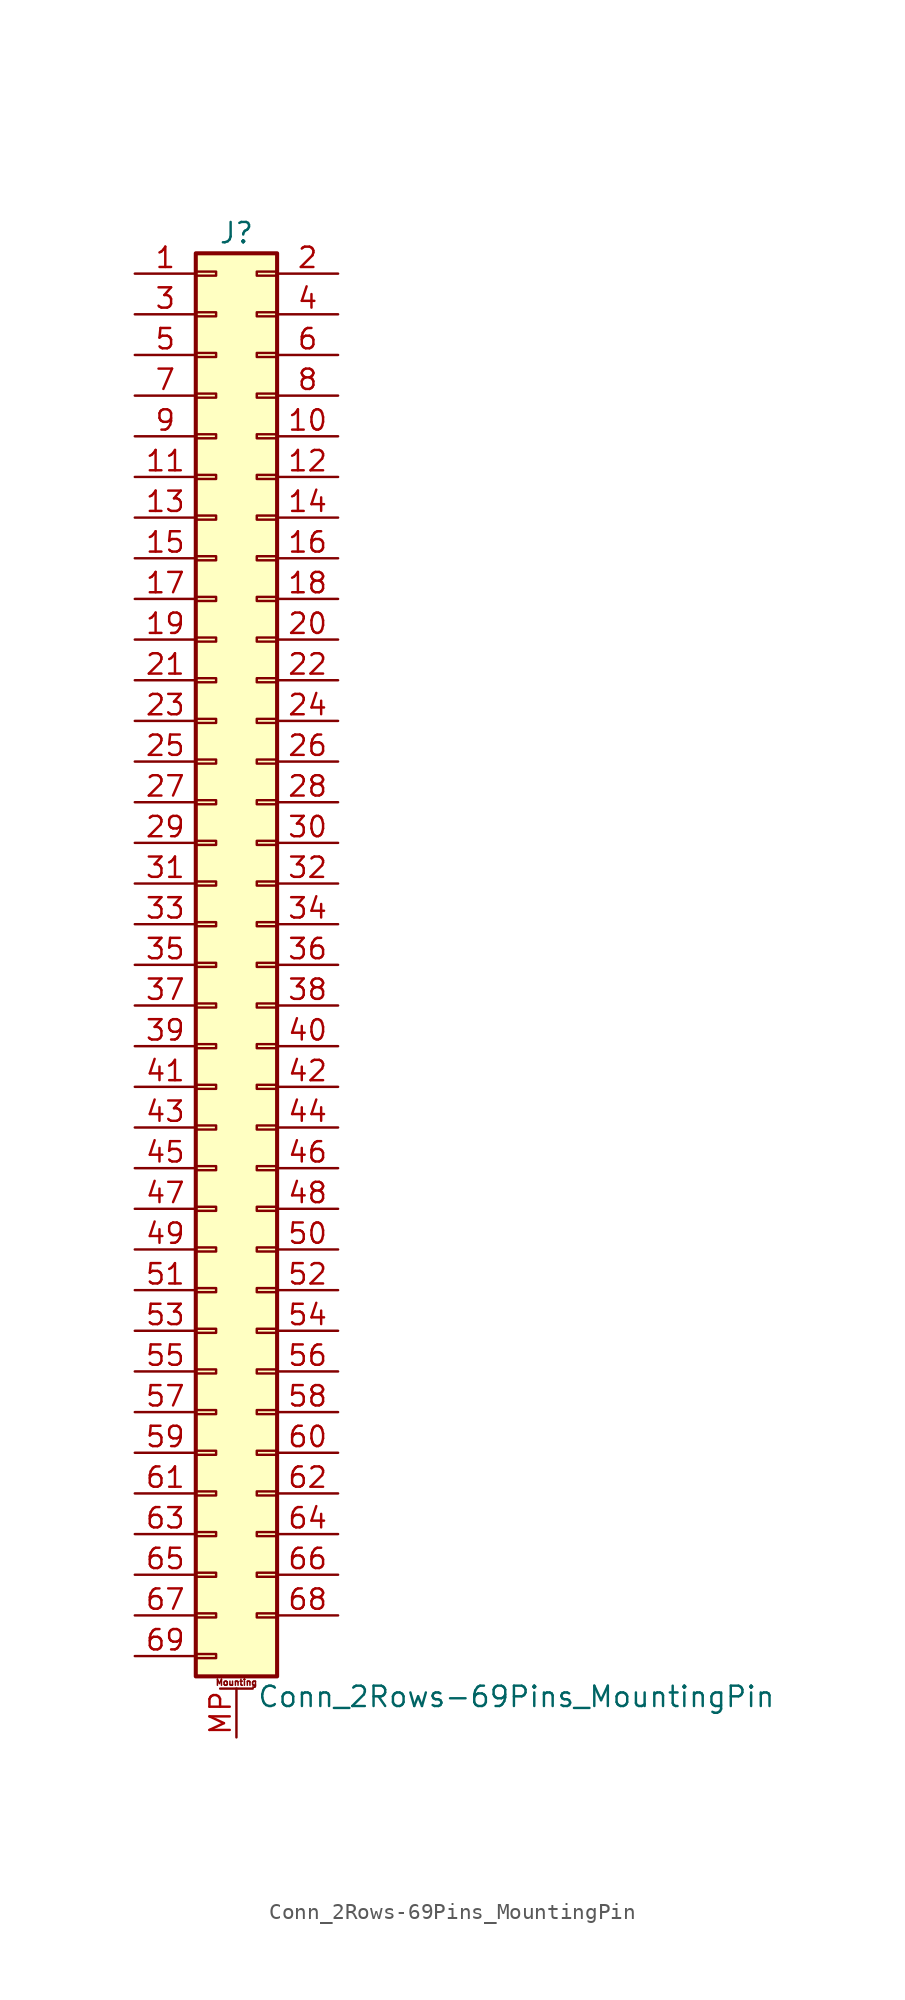
<source format=kicad_sym>
(kicad_symbol_lib
  (version 20201005)
  (generator kicad_symbol_editor)
  (symbol "Conn_2Rows-69Pins_MountingPin"
    (pin_names
      (offset 1.016) hide)
    (property "Reference" "J"
      (at 1.27 45.72 0)
      (effects (font (size 1.27 1.27))))
    (property "Value" "Conn_2Rows-69Pins_MountingPin"
      (at 2.54 -45.72 0)
      (effects (font (size 1.27 1.27)) (justify left)))
    (symbol "Conn_2Rows-69Pins_MountingPin_1_1"
      (text "Mounting" (at 1.27 -44.831 0) (effects (font (size 0.381 0.381))))
      (rectangle (start -1.27 -43.053) (end 0 -43.307) (stroke (width 0.152)) (fill (type none)))
      (rectangle (start -1.27 -40.513) (end 0 -40.767) (stroke (width 0.152)) (fill (type none)))
      (rectangle (start -1.27 -37.973) (end 0 -38.227) (stroke (width 0.152)) (fill (type none)))
      (rectangle (start -1.27 -35.433) (end 0 -35.687) (stroke (width 0.152)) (fill (type none)))
      (rectangle (start -1.27 -32.893) (end 0 -33.147) (stroke (width 0.152)) (fill (type none)))
      (rectangle (start -1.27 -30.353) (end 0 -30.607) (stroke (width 0.152)) (fill (type none)))
      (rectangle (start -1.27 -27.813) (end 0 -28.067) (stroke (width 0.152)) (fill (type none)))
      (rectangle (start -1.27 -25.273) (end 0 -25.527) (stroke (width 0.152)) (fill (type none)))
      (rectangle (start -1.27 -22.733) (end 0 -22.987) (stroke (width 0.152)) (fill (type none)))
      (rectangle (start -1.27 -20.193) (end 0 -20.447) (stroke (width 0.152)) (fill (type none)))
      (rectangle (start -1.27 -17.653) (end 0 -17.907) (stroke (width 0.152)) (fill (type none)))
      (rectangle (start -1.27 -15.113) (end 0 -15.367) (stroke (width 0.152)) (fill (type none)))
      (rectangle (start -1.27 -12.573) (end 0 -12.827) (stroke (width 0.152)) (fill (type none)))
      (rectangle (start -1.27 -10.033) (end 0 -10.287) (stroke (width 0.152)) (fill (type none)))
      (rectangle (start -1.27 -7.493) (end 0 -7.747) (stroke (width 0.152)) (fill (type none)))
      (rectangle (start -1.27 -4.953) (end 0 -5.207) (stroke (width 0.152)) (fill (type none)))
      (rectangle (start -1.27 -2.413) (end 0 -2.667) (stroke (width 0.152)) (fill (type none)))
      (rectangle (start -1.27 0.127) (end 0 -0.127) (stroke (width 0.152)) (fill (type none)))
      (rectangle (start -1.27 2.667) (end 0 2.413) (stroke (width 0.152)) (fill (type none)))
      (rectangle (start -1.27 5.207) (end 0 4.953) (stroke (width 0.152)) (fill (type none)))
      (rectangle (start -1.27 7.747) (end 0 7.493) (stroke (width 0.152)) (fill (type none)))
      (rectangle (start -1.27 10.287) (end 0 10.033) (stroke (width 0.152)) (fill (type none)))
      (rectangle (start -1.27 12.827) (end 0 12.573) (stroke (width 0.152)) (fill (type none)))
      (rectangle (start -1.27 15.367) (end 0 15.113) (stroke (width 0.152)) (fill (type none)))
      (rectangle (start -1.27 17.907) (end 0 17.653) (stroke (width 0.152)) (fill (type none)))
      (rectangle (start -1.27 20.447) (end 0 20.193) (stroke (width 0.152)) (fill (type none)))
      (rectangle (start -1.27 22.987) (end 0 22.733) (stroke (width 0.152)) (fill (type none)))
      (rectangle (start -1.27 25.527) (end 0 25.273) (stroke (width 0.152)) (fill (type none)))
      (rectangle (start -1.27 28.067) (end 0 27.813) (stroke (width 0.152)) (fill (type none)))
      (rectangle (start -1.27 30.607) (end 0 30.353) (stroke (width 0.152)) (fill (type none)))
      (rectangle (start -1.27 33.147) (end 0 32.893) (stroke (width 0.152)) (fill (type none)))
      (rectangle (start -1.27 35.687) (end 0 35.433) (stroke (width 0.152)) (fill (type none)))
      (rectangle (start -1.27 38.227) (end 0 37.973) (stroke (width 0.152)) (fill (type none)))
      (rectangle (start -1.27 40.767) (end 0 40.513) (stroke (width 0.152)) (fill (type none)))
      (rectangle (start -1.27 43.307) (end 0 43.053) (stroke (width 0.152)) (fill (type none)))
      (rectangle (start -1.27 44.45) (end 3.81 -44.45) (stroke (width 0.254)) (fill (type background)))
      (rectangle (start 3.81 -40.513) (end 2.54 -40.767) (stroke (width 0.152)) (fill (type none)))
      (rectangle (start 3.81 -37.973) (end 2.54 -38.227) (stroke (width 0.152)) (fill (type none)))
      (rectangle (start 3.81 -35.433) (end 2.54 -35.687) (stroke (width 0.152)) (fill (type none)))
      (rectangle (start 3.81 -32.893) (end 2.54 -33.147) (stroke (width 0.152)) (fill (type none)))
      (rectangle (start 3.81 -30.353) (end 2.54 -30.607) (stroke (width 0.152)) (fill (type none)))
      (rectangle (start 3.81 -27.813) (end 2.54 -28.067) (stroke (width 0.152)) (fill (type none)))
      (rectangle (start 3.81 -25.273) (end 2.54 -25.527) (stroke (width 0.152)) (fill (type none)))
      (rectangle (start 3.81 -22.733) (end 2.54 -22.987) (stroke (width 0.152)) (fill (type none)))
      (rectangle (start 3.81 -20.193) (end 2.54 -20.447) (stroke (width 0.152)) (fill (type none)))
      (rectangle (start 3.81 -17.653) (end 2.54 -17.907) (stroke (width 0.152)) (fill (type none)))
      (rectangle (start 3.81 -15.113) (end 2.54 -15.367) (stroke (width 0.152)) (fill (type none)))
      (rectangle (start 3.81 -12.573) (end 2.54 -12.827) (stroke (width 0.152)) (fill (type none)))
      (rectangle (start 3.81 -10.033) (end 2.54 -10.287) (stroke (width 0.152)) (fill (type none)))
      (rectangle (start 3.81 -7.493) (end 2.54 -7.747) (stroke (width 0.152)) (fill (type none)))
      (rectangle (start 3.81 -4.953) (end 2.54 -5.207) (stroke (width 0.152)) (fill (type none)))
      (rectangle (start 3.81 -2.413) (end 2.54 -2.667) (stroke (width 0.152)) (fill (type none)))
      (rectangle (start 3.81 0.127) (end 2.54 -0.127) (stroke (width 0.152)) (fill (type none)))
      (rectangle (start 3.81 2.667) (end 2.54 2.413) (stroke (width 0.152)) (fill (type none)))
      (rectangle (start 3.81 5.207) (end 2.54 4.953) (stroke (width 0.152)) (fill (type none)))
      (rectangle (start 3.81 7.747) (end 2.54 7.493) (stroke (width 0.152)) (fill (type none)))
      (rectangle (start 3.81 10.287) (end 2.54 10.033) (stroke (width 0.152)) (fill (type none)))
      (rectangle (start 3.81 12.827) (end 2.54 12.573) (stroke (width 0.152)) (fill (type none)))
      (rectangle (start 3.81 15.367) (end 2.54 15.113) (stroke (width 0.152)) (fill (type none)))
      (rectangle (start 3.81 17.907) (end 2.54 17.653) (stroke (width 0.152)) (fill (type none)))
      (rectangle (start 3.81 20.447) (end 2.54 20.193) (stroke (width 0.152)) (fill (type none)))
      (rectangle (start 3.81 22.987) (end 2.54 22.733) (stroke (width 0.152)) (fill (type none)))
      (rectangle (start 3.81 25.527) (end 2.54 25.273) (stroke (width 0.152)) (fill (type none)))
      (rectangle (start 3.81 28.067) (end 2.54 27.813) (stroke (width 0.152)) (fill (type none)))
      (rectangle (start 3.81 30.607) (end 2.54 30.353) (stroke (width 0.152)) (fill (type none)))
      (rectangle (start 3.81 33.147) (end 2.54 32.893) (stroke (width 0.152)) (fill (type none)))
      (rectangle (start 3.81 35.687) (end 2.54 35.433) (stroke (width 0.152)) (fill (type none)))
      (rectangle (start 3.81 38.227) (end 2.54 37.973) (stroke (width 0.152)) (fill (type none)))
      (rectangle (start 3.81 40.767) (end 2.54 40.513) (stroke (width 0.152)) (fill (type none)))
      (rectangle (start 3.81 43.307) (end 2.54 43.053) (stroke (width 0.152)) (fill (type none)))
      (polyline (pts (xy 0.254 -45.212) (xy 2.286 -45.212)) (stroke (width 0.152)) (fill (type none)))
      (pin passive line (at -5.08 43.18 0) (length 3.81) (name "Pin_1" (effects (font (size 1.27 1.27)))) (number "1" (effects (font (size 1.27 1.27)))))
      (pin passive line (at 7.62 33.02 180) (length 3.81) (name "Pin_10" (effects (font (size 1.27 1.27)))) (number "10" (effects (font (size 1.27 1.27)))))
      (pin passive line (at -5.08 30.48 0) (length 3.81) (name "Pin_11" (effects (font (size 1.27 1.27)))) (number "11" (effects (font (size 1.27 1.27)))))
      (pin passive line (at 7.62 30.48 180) (length 3.81) (name "Pin_12" (effects (font (size 1.27 1.27)))) (number "12" (effects (font (size 1.27 1.27)))))
      (pin passive line (at -5.08 27.94 0) (length 3.81) (name "Pin_13" (effects (font (size 1.27 1.27)))) (number "13" (effects (font (size 1.27 1.27)))))
      (pin passive line (at 7.62 27.94 180) (length 3.81) (name "Pin_14" (effects (font (size 1.27 1.27)))) (number "14" (effects (font (size 1.27 1.27)))))
      (pin passive line (at -5.08 25.4 0) (length 3.81) (name "Pin_15" (effects (font (size 1.27 1.27)))) (number "15" (effects (font (size 1.27 1.27)))))
      (pin passive line (at 7.62 25.4 180) (length 3.81) (name "Pin_16" (effects (font (size 1.27 1.27)))) (number "16" (effects (font (size 1.27 1.27)))))
      (pin passive line (at -5.08 22.86 0) (length 3.81) (name "Pin_17" (effects (font (size 1.27 1.27)))) (number "17" (effects (font (size 1.27 1.27)))))
      (pin passive line (at 7.62 22.86 180) (length 3.81) (name "Pin_18" (effects (font (size 1.27 1.27)))) (number "18" (effects (font (size 1.27 1.27)))))
      (pin passive line (at -5.08 20.32 0) (length 3.81) (name "Pin_19" (effects (font (size 1.27 1.27)))) (number "19" (effects (font (size 1.27 1.27)))))
      (pin passive line (at 7.62 43.18 180) (length 3.81) (name "Pin_2" (effects (font (size 1.27 1.27)))) (number "2" (effects (font (size 1.27 1.27)))))
      (pin passive line (at 7.62 20.32 180) (length 3.81) (name "Pin_20" (effects (font (size 1.27 1.27)))) (number "20" (effects (font (size 1.27 1.27)))))
      (pin passive line (at -5.08 17.78 0) (length 3.81) (name "Pin_21" (effects (font (size 1.27 1.27)))) (number "21" (effects (font (size 1.27 1.27)))))
      (pin passive line (at 7.62 17.78 180) (length 3.81) (name "Pin_22" (effects (font (size 1.27 1.27)))) (number "22" (effects (font (size 1.27 1.27)))))
      (pin passive line (at -5.08 15.24 0) (length 3.81) (name "Pin_23" (effects (font (size 1.27 1.27)))) (number "23" (effects (font (size 1.27 1.27)))))
      (pin passive line (at 7.62 15.24 180) (length 3.81) (name "Pin_24" (effects (font (size 1.27 1.27)))) (number "24" (effects (font (size 1.27 1.27)))))
      (pin passive line (at -5.08 12.7 0) (length 3.81) (name "Pin_25" (effects (font (size 1.27 1.27)))) (number "25" (effects (font (size 1.27 1.27)))))
      (pin passive line (at 7.62 12.7 180) (length 3.81) (name "Pin_26" (effects (font (size 1.27 1.27)))) (number "26" (effects (font (size 1.27 1.27)))))
      (pin passive line (at -5.08 10.16 0) (length 3.81) (name "Pin_27" (effects (font (size 1.27 1.27)))) (number "27" (effects (font (size 1.27 1.27)))))
      (pin passive line (at 7.62 10.16 180) (length 3.81) (name "Pin_28" (effects (font (size 1.27 1.27)))) (number "28" (effects (font (size 1.27 1.27)))))
      (pin passive line (at -5.08 7.62 0) (length 3.81) (name "Pin_29" (effects (font (size 1.27 1.27)))) (number "29" (effects (font (size 1.27 1.27)))))
      (pin passive line (at -5.08 40.64 0) (length 3.81) (name "Pin_3" (effects (font (size 1.27 1.27)))) (number "3" (effects (font (size 1.27 1.27)))))
      (pin passive line (at 7.62 7.62 180) (length 3.81) (name "Pin_30" (effects (font (size 1.27 1.27)))) (number "30" (effects (font (size 1.27 1.27)))))
      (pin passive line (at -5.08 5.08 0) (length 3.81) (name "Pin_31" (effects (font (size 1.27 1.27)))) (number "31" (effects (font (size 1.27 1.27)))))
      (pin passive line (at 7.62 5.08 180) (length 3.81) (name "Pin_32" (effects (font (size 1.27 1.27)))) (number "32" (effects (font (size 1.27 1.27)))))
      (pin passive line (at -5.08 2.54 0) (length 3.81) (name "Pin_33" (effects (font (size 1.27 1.27)))) (number "33" (effects (font (size 1.27 1.27)))))
      (pin passive line (at 7.62 2.54 180) (length 3.81) (name "Pin_34" (effects (font (size 1.27 1.27)))) (number "34" (effects (font (size 1.27 1.27)))))
      (pin passive line (at -5.08 0 0) (length 3.81) (name "Pin_35" (effects (font (size 1.27 1.27)))) (number "35" (effects (font (size 1.27 1.27)))))
      (pin passive line (at 7.62 0 180) (length 3.81) (name "Pin_36" (effects (font (size 1.27 1.27)))) (number "36" (effects (font (size 1.27 1.27)))))
      (pin passive line (at -5.08 -2.54 0) (length 3.81) (name "Pin_37" (effects (font (size 1.27 1.27)))) (number "37" (effects (font (size 1.27 1.27)))))
      (pin passive line (at 7.62 -2.54 180) (length 3.81) (name "Pin_38" (effects (font (size 1.27 1.27)))) (number "38" (effects (font (size 1.27 1.27)))))
      (pin passive line (at -5.08 -5.08 0) (length 3.81) (name "Pin_39" (effects (font (size 1.27 1.27)))) (number "39" (effects (font (size 1.27 1.27)))))
      (pin passive line (at 7.62 40.64 180) (length 3.81) (name "Pin_4" (effects (font (size 1.27 1.27)))) (number "4" (effects (font (size 1.27 1.27)))))
      (pin passive line (at 7.62 -5.08 180) (length 3.81) (name "Pin_40" (effects (font (size 1.27 1.27)))) (number "40" (effects (font (size 1.27 1.27)))))
      (pin passive line (at -5.08 -7.62 0) (length 3.81) (name "Pin_41" (effects (font (size 1.27 1.27)))) (number "41" (effects (font (size 1.27 1.27)))))
      (pin passive line (at 7.62 -7.62 180) (length 3.81) (name "Pin_42" (effects (font (size 1.27 1.27)))) (number "42" (effects (font (size 1.27 1.27)))))
      (pin passive line (at -5.08 -10.16 0) (length 3.81) (name "Pin_43" (effects (font (size 1.27 1.27)))) (number "43" (effects (font (size 1.27 1.27)))))
      (pin passive line (at 7.62 -10.16 180) (length 3.81) (name "Pin_44" (effects (font (size 1.27 1.27)))) (number "44" (effects (font (size 1.27 1.27)))))
      (pin passive line (at -5.08 -12.7 0) (length 3.81) (name "Pin_45" (effects (font (size 1.27 1.27)))) (number "45" (effects (font (size 1.27 1.27)))))
      (pin passive line (at 7.62 -12.7 180) (length 3.81) (name "Pin_46" (effects (font (size 1.27 1.27)))) (number "46" (effects (font (size 1.27 1.27)))))
      (pin passive line (at -5.08 -15.24 0) (length 3.81) (name "Pin_47" (effects (font (size 1.27 1.27)))) (number "47" (effects (font (size 1.27 1.27)))))
      (pin passive line (at 7.62 -15.24 180) (length 3.81) (name "Pin_48" (effects (font (size 1.27 1.27)))) (number "48" (effects (font (size 1.27 1.27)))))
      (pin passive line (at -5.08 -17.78 0) (length 3.81) (name "Pin_49" (effects (font (size 1.27 1.27)))) (number "49" (effects (font (size 1.27 1.27)))))
      (pin passive line (at -5.08 38.1 0) (length 3.81) (name "Pin_5" (effects (font (size 1.27 1.27)))) (number "5" (effects (font (size 1.27 1.27)))))
      (pin passive line (at 7.62 -17.78 180) (length 3.81) (name "Pin_50" (effects (font (size 1.27 1.27)))) (number "50" (effects (font (size 1.27 1.27)))))
      (pin passive line (at -5.08 -20.32 0) (length 3.81) (name "Pin_51" (effects (font (size 1.27 1.27)))) (number "51" (effects (font (size 1.27 1.27)))))
      (pin passive line (at 7.62 -20.32 180) (length 3.81) (name "Pin_52" (effects (font (size 1.27 1.27)))) (number "52" (effects (font (size 1.27 1.27)))))
      (pin passive line (at -5.08 -22.86 0) (length 3.81) (name "Pin_53" (effects (font (size 1.27 1.27)))) (number "53" (effects (font (size 1.27 1.27)))))
      (pin passive line (at 7.62 -22.86 180) (length 3.81) (name "Pin_54" (effects (font (size 1.27 1.27)))) (number "54" (effects (font (size 1.27 1.27)))))
      (pin passive line (at -5.08 -25.4 0) (length 3.81) (name "Pin_55" (effects (font (size 1.27 1.27)))) (number "55" (effects (font (size 1.27 1.27)))))
      (pin passive line (at 7.62 -25.4 180) (length 3.81) (name "Pin_56" (effects (font (size 1.27 1.27)))) (number "56" (effects (font (size 1.27 1.27)))))
      (pin passive line (at -5.08 -27.94 0) (length 3.81) (name "Pin_57" (effects (font (size 1.27 1.27)))) (number "57" (effects (font (size 1.27 1.27)))))
      (pin passive line (at 7.62 -27.94 180) (length 3.81) (name "Pin_58" (effects (font (size 1.27 1.27)))) (number "58" (effects (font (size 1.27 1.27)))))
      (pin passive line (at -5.08 -30.48 0) (length 3.81) (name "Pin_59" (effects (font (size 1.27 1.27)))) (number "59" (effects (font (size 1.27 1.27)))))
      (pin passive line (at 7.62 38.1 180) (length 3.81) (name "Pin_6" (effects (font (size 1.27 1.27)))) (number "6" (effects (font (size 1.27 1.27)))))
      (pin passive line (at 7.62 -30.48 180) (length 3.81) (name "Pin_60" (effects (font (size 1.27 1.27)))) (number "60" (effects (font (size 1.27 1.27)))))
      (pin passive line (at -5.08 -33.02 0) (length 3.81) (name "Pin_61" (effects (font (size 1.27 1.27)))) (number "61" (effects (font (size 1.27 1.27)))))
      (pin passive line (at 7.62 -33.02 180) (length 3.81) (name "Pin_62" (effects (font (size 1.27 1.27)))) (number "62" (effects (font (size 1.27 1.27)))))
      (pin passive line (at -5.08 -35.56 0) (length 3.81) (name "Pin_63" (effects (font (size 1.27 1.27)))) (number "63" (effects (font (size 1.27 1.27)))))
      (pin passive line (at 7.62 -35.56 180) (length 3.81) (name "Pin_64" (effects (font (size 1.27 1.27)))) (number "64" (effects (font (size 1.27 1.27)))))
      (pin passive line (at -5.08 -38.1 0) (length 3.81) (name "Pin_65" (effects (font (size 1.27 1.27)))) (number "65" (effects (font (size 1.27 1.27)))))
      (pin passive line (at 7.62 -38.1 180) (length 3.81) (name "Pin_66" (effects (font (size 1.27 1.27)))) (number "66" (effects (font (size 1.27 1.27)))))
      (pin passive line (at -5.08 -40.64 0) (length 3.81) (name "Pin_67" (effects (font (size 1.27 1.27)))) (number "67" (effects (font (size 1.27 1.27)))))
      (pin passive line (at 7.62 -40.64 180) (length 3.81) (name "Pin_68" (effects (font (size 1.27 1.27)))) (number "68" (effects (font (size 1.27 1.27)))))
      (pin passive line (at -5.08 -43.18 0) (length 3.81) (name "Pin_69" (effects (font (size 1.27 1.27)))) (number "69" (effects (font (size 1.27 1.27)))))
      (pin passive line (at -5.08 35.56 0) (length 3.81) (name "Pin_7" (effects (font (size 1.27 1.27)))) (number "7" (effects (font (size 1.27 1.27)))))
      (pin passive line (at 7.62 35.56 180) (length 3.81) (name "Pin_8" (effects (font (size 1.27 1.27)))) (number "8" (effects (font (size 1.27 1.27)))))
      (pin passive line (at -5.08 33.02 0) (length 3.81) (name "Pin_9" (effects (font (size 1.27 1.27)))) (number "9" (effects (font (size 1.27 1.27)))))
      (pin passive line (at 1.27 -48.26 90) (length 3.048) (name "MountPin" (effects (font (size 1.27 1.27)))) (number "MP" (effects (font (size 1.27 1.27))))))))
</source>
